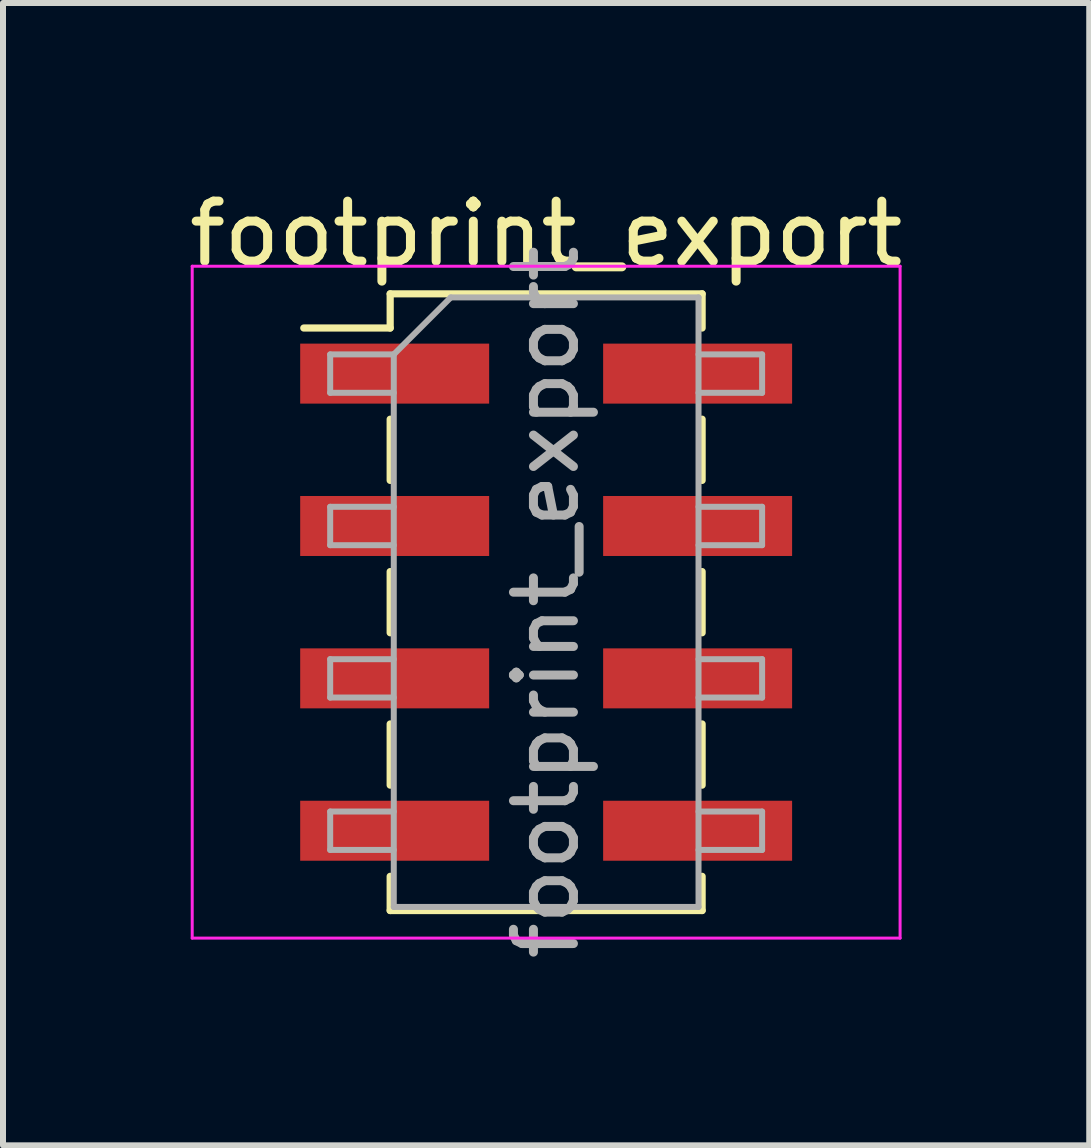
<source format=kicad_pcb>
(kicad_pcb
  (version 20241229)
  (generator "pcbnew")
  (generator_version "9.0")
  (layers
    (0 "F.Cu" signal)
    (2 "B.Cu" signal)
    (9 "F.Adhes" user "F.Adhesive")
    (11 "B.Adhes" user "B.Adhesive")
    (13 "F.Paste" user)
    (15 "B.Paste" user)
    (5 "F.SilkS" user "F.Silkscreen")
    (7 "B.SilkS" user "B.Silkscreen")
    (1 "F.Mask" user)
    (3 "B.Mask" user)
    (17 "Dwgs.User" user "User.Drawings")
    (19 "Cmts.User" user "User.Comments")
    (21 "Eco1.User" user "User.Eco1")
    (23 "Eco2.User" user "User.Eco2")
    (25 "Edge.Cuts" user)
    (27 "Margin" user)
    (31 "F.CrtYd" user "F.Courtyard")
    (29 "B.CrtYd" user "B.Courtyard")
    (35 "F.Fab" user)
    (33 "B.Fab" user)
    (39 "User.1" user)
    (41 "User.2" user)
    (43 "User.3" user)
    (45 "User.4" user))
  (footprint "footprint_export"
    (layer "F.Cu")
    (at 6.054 6.988)
    (property "Reference" "footprint_export" (at 0 -6.14 0) (layer "F.SilkS") (effects (font (size 1 1) (thickness 0.15))))
    (attr smd)
    (fp_line (start -4.04 -4.57) (end -2.6 -4.57) (stroke (width 0.12) (type solid)) (layer "F.SilkS"))
    (fp_line (start -2.6 -5.14) (end -2.6 -4.57) (stroke (width 0.12) (type solid)) (layer "F.SilkS"))
    (fp_line (start -2.6 -5.14) (end 2.6 -5.14) (stroke (width 0.12) (type solid)) (layer "F.SilkS"))
    (fp_line (start -2.6 -3.05) (end -2.6 -2.03) (stroke (width 0.12) (type solid)) (layer "F.SilkS"))
    (fp_line (start -2.6 -0.51) (end -2.6 0.51) (stroke (width 0.12) (type solid)) (layer "F.SilkS"))
    (fp_line (start -2.6 2.03) (end -2.6 3.05) (stroke (width 0.12) (type solid)) (layer "F.SilkS"))
    (fp_line (start -2.6 4.57) (end -2.6 5.14) (stroke (width 0.12) (type solid)) (layer "F.SilkS"))
    (fp_line (start -2.6 5.14) (end 2.6 5.14) (stroke (width 0.12) (type solid)) (layer "F.SilkS"))
    (fp_line (start 2.6 -5.14) (end 2.6 -4.57) (stroke (width 0.12) (type solid)) (layer "F.SilkS"))
    (fp_line (start 2.6 -3.05) (end 2.6 -2.03) (stroke (width 0.12) (type solid)) (layer "F.SilkS"))
    (fp_line (start 2.6 -0.51) (end 2.6 0.51) (stroke (width 0.12) (type solid)) (layer "F.SilkS"))
    (fp_line (start 2.6 2.03) (end 2.6 3.05) (stroke (width 0.12) (type solid)) (layer "F.SilkS"))
    (fp_line (start 2.6 4.57) (end 2.6 5.14) (stroke (width 0.12) (type solid)) (layer "F.SilkS"))
    (fp_line (start -5.9 -5.6) (end -5.9 5.6) (stroke (width 0.05) (type solid)) (layer "F.CrtYd"))
    (fp_line (start -5.9 5.6) (end 5.9 5.6) (stroke (width 0.05) (type solid)) (layer "F.CrtYd"))
    (fp_line (start 5.9 -5.6) (end -5.9 -5.6) (stroke (width 0.05) (type solid)) (layer "F.CrtYd"))
    (fp_line (start 5.9 5.6) (end 5.9 -5.6) (stroke (width 0.05) (type solid)) (layer "F.CrtYd"))
    (fp_line (start -3.6 -4.13) (end -3.6 -3.49) (stroke (width 0.1) (type solid)) (layer "F.Fab"))
    (fp_line (start -3.6 -3.49) (end -2.54 -3.49) (stroke (width 0.1) (type solid)) (layer "F.Fab"))
    (fp_line (start -3.6 -1.59) (end -3.6 -0.95) (stroke (width 0.1) (type solid)) (layer "F.Fab"))
    (fp_line (start -3.6 -0.95) (end -2.54 -0.95) (stroke (width 0.1) (type solid)) (layer "F.Fab"))
    (fp_line (start -3.6 0.95) (end -3.6 1.59) (stroke (width 0.1) (type solid)) (layer "F.Fab"))
    (fp_line (start -3.6 1.59) (end -2.54 1.59) (stroke (width 0.1) (type solid)) (layer "F.Fab"))
    (fp_line (start -3.6 3.49) (end -3.6 4.13) (stroke (width 0.1) (type solid)) (layer "F.Fab"))
    (fp_line (start -3.6 4.13) (end -2.54 4.13) (stroke (width 0.1) (type solid)) (layer "F.Fab"))
    (fp_line (start -2.54 -4.13) (end -3.6 -4.13) (stroke (width 0.1) (type solid)) (layer "F.Fab"))
    (fp_line (start -2.54 -4.13) (end -1.59 -5.08) (stroke (width 0.1) (type solid)) (layer "F.Fab"))
    (fp_line (start -2.54 -1.59) (end -3.6 -1.59) (stroke (width 0.1) (type solid)) (layer "F.Fab"))
    (fp_line (start -2.54 0.95) (end -3.6 0.95) (stroke (width 0.1) (type solid)) (layer "F.Fab"))
    (fp_line (start -2.54 3.49) (end -3.6 3.49) (stroke (width 0.1) (type solid)) (layer "F.Fab"))
    (fp_line (start -2.54 5.08) (end -2.54 -4.13) (stroke (width 0.1) (type solid)) (layer "F.Fab"))
    (fp_line (start -1.59 -5.08) (end 2.54 -5.08) (stroke (width 0.1) (type solid)) (layer "F.Fab"))
    (fp_line (start 2.54 -5.08) (end 2.54 5.08) (stroke (width 0.1) (type solid)) (layer "F.Fab"))
    (fp_line (start 2.54 -4.13) (end 3.6 -4.13) (stroke (width 0.1) (type solid)) (layer "F.Fab"))
    (fp_line (start 2.54 -1.59) (end 3.6 -1.59) (stroke (width 0.1) (type solid)) (layer "F.Fab"))
    (fp_line (start 2.54 0.95) (end 3.6 0.95) (stroke (width 0.1) (type solid)) (layer "F.Fab"))
    (fp_line (start 2.54 3.49) (end 3.6 3.49) (stroke (width 0.1) (type solid)) (layer "F.Fab"))
    (fp_line (start 2.54 5.08) (end -2.54 5.08) (stroke (width 0.1) (type solid)) (layer "F.Fab"))
    (fp_line (start 3.6 -4.13) (end 3.6 -3.49) (stroke (width 0.1) (type solid)) (layer "F.Fab"))
    (fp_line (start 3.6 -3.49) (end 2.54 -3.49) (stroke (width 0.1) (type solid)) (layer "F.Fab"))
    (fp_line (start 3.6 -1.59) (end 3.6 -0.95) (stroke (width 0.1) (type solid)) (layer "F.Fab"))
    (fp_line (start 3.6 -0.95) (end 2.54 -0.95) (stroke (width 0.1) (type solid)) (layer "F.Fab"))
    (fp_line (start 3.6 0.95) (end 3.6 1.59) (stroke (width 0.1) (type solid)) (layer "F.Fab"))
    (fp_line (start 3.6 1.59) (end 2.54 1.59) (stroke (width 0.1) (type solid)) (layer "F.Fab"))
    (fp_line (start 3.6 3.49) (end 3.6 4.13) (stroke (width 0.1) (type solid)) (layer "F.Fab"))
    (fp_line (start 3.6 4.13) (end 2.54 4.13) (stroke (width 0.1) (type solid)) (layer "F.Fab"))
    (fp_text user "${REFERENCE}" (at 0 0 90) (layer "F.Fab") (effects (font (size 1 1) (thickness 0.15))))
    (pad "1" smd rect (at -2.525 -3.81) (size 3.15 1) (layers "F.Cu" "F.Mask" "F.Paste"))
    (pad "2" smd rect (at 2.525 -3.81) (size 3.15 1) (layers "F.Cu" "F.Mask" "F.Paste"))
    (pad "3" smd rect (at -2.525 -1.27) (size 3.15 1) (layers "F.Cu" "F.Mask" "F.Paste"))
    (pad "4" smd rect (at 2.525 -1.27) (size 3.15 1) (layers "F.Cu" "F.Mask" "F.Paste"))
    (pad "5" smd rect (at -2.525 1.27) (size 3.15 1) (layers "F.Cu" "F.Mask" "F.Paste"))
    (pad "6" smd rect (at 2.525 1.27) (size 3.15 1) (layers "F.Cu" "F.Mask" "F.Paste"))
    (pad "7" smd rect (at -2.525 3.81) (size 3.15 1) (layers "F.Cu" "F.Mask" "F.Paste"))
    (pad "8" smd rect (at 2.525 3.81) (size 3.15 1) (layers "F.Cu" "F.Mask" "F.Paste")))
  (gr_rect
    (start -3 -3)
    (end 15.107 16.042)
    (stroke (width 0.1) (type default))
    (fill no)
    (layer "Edge.Cuts")))
</source>
